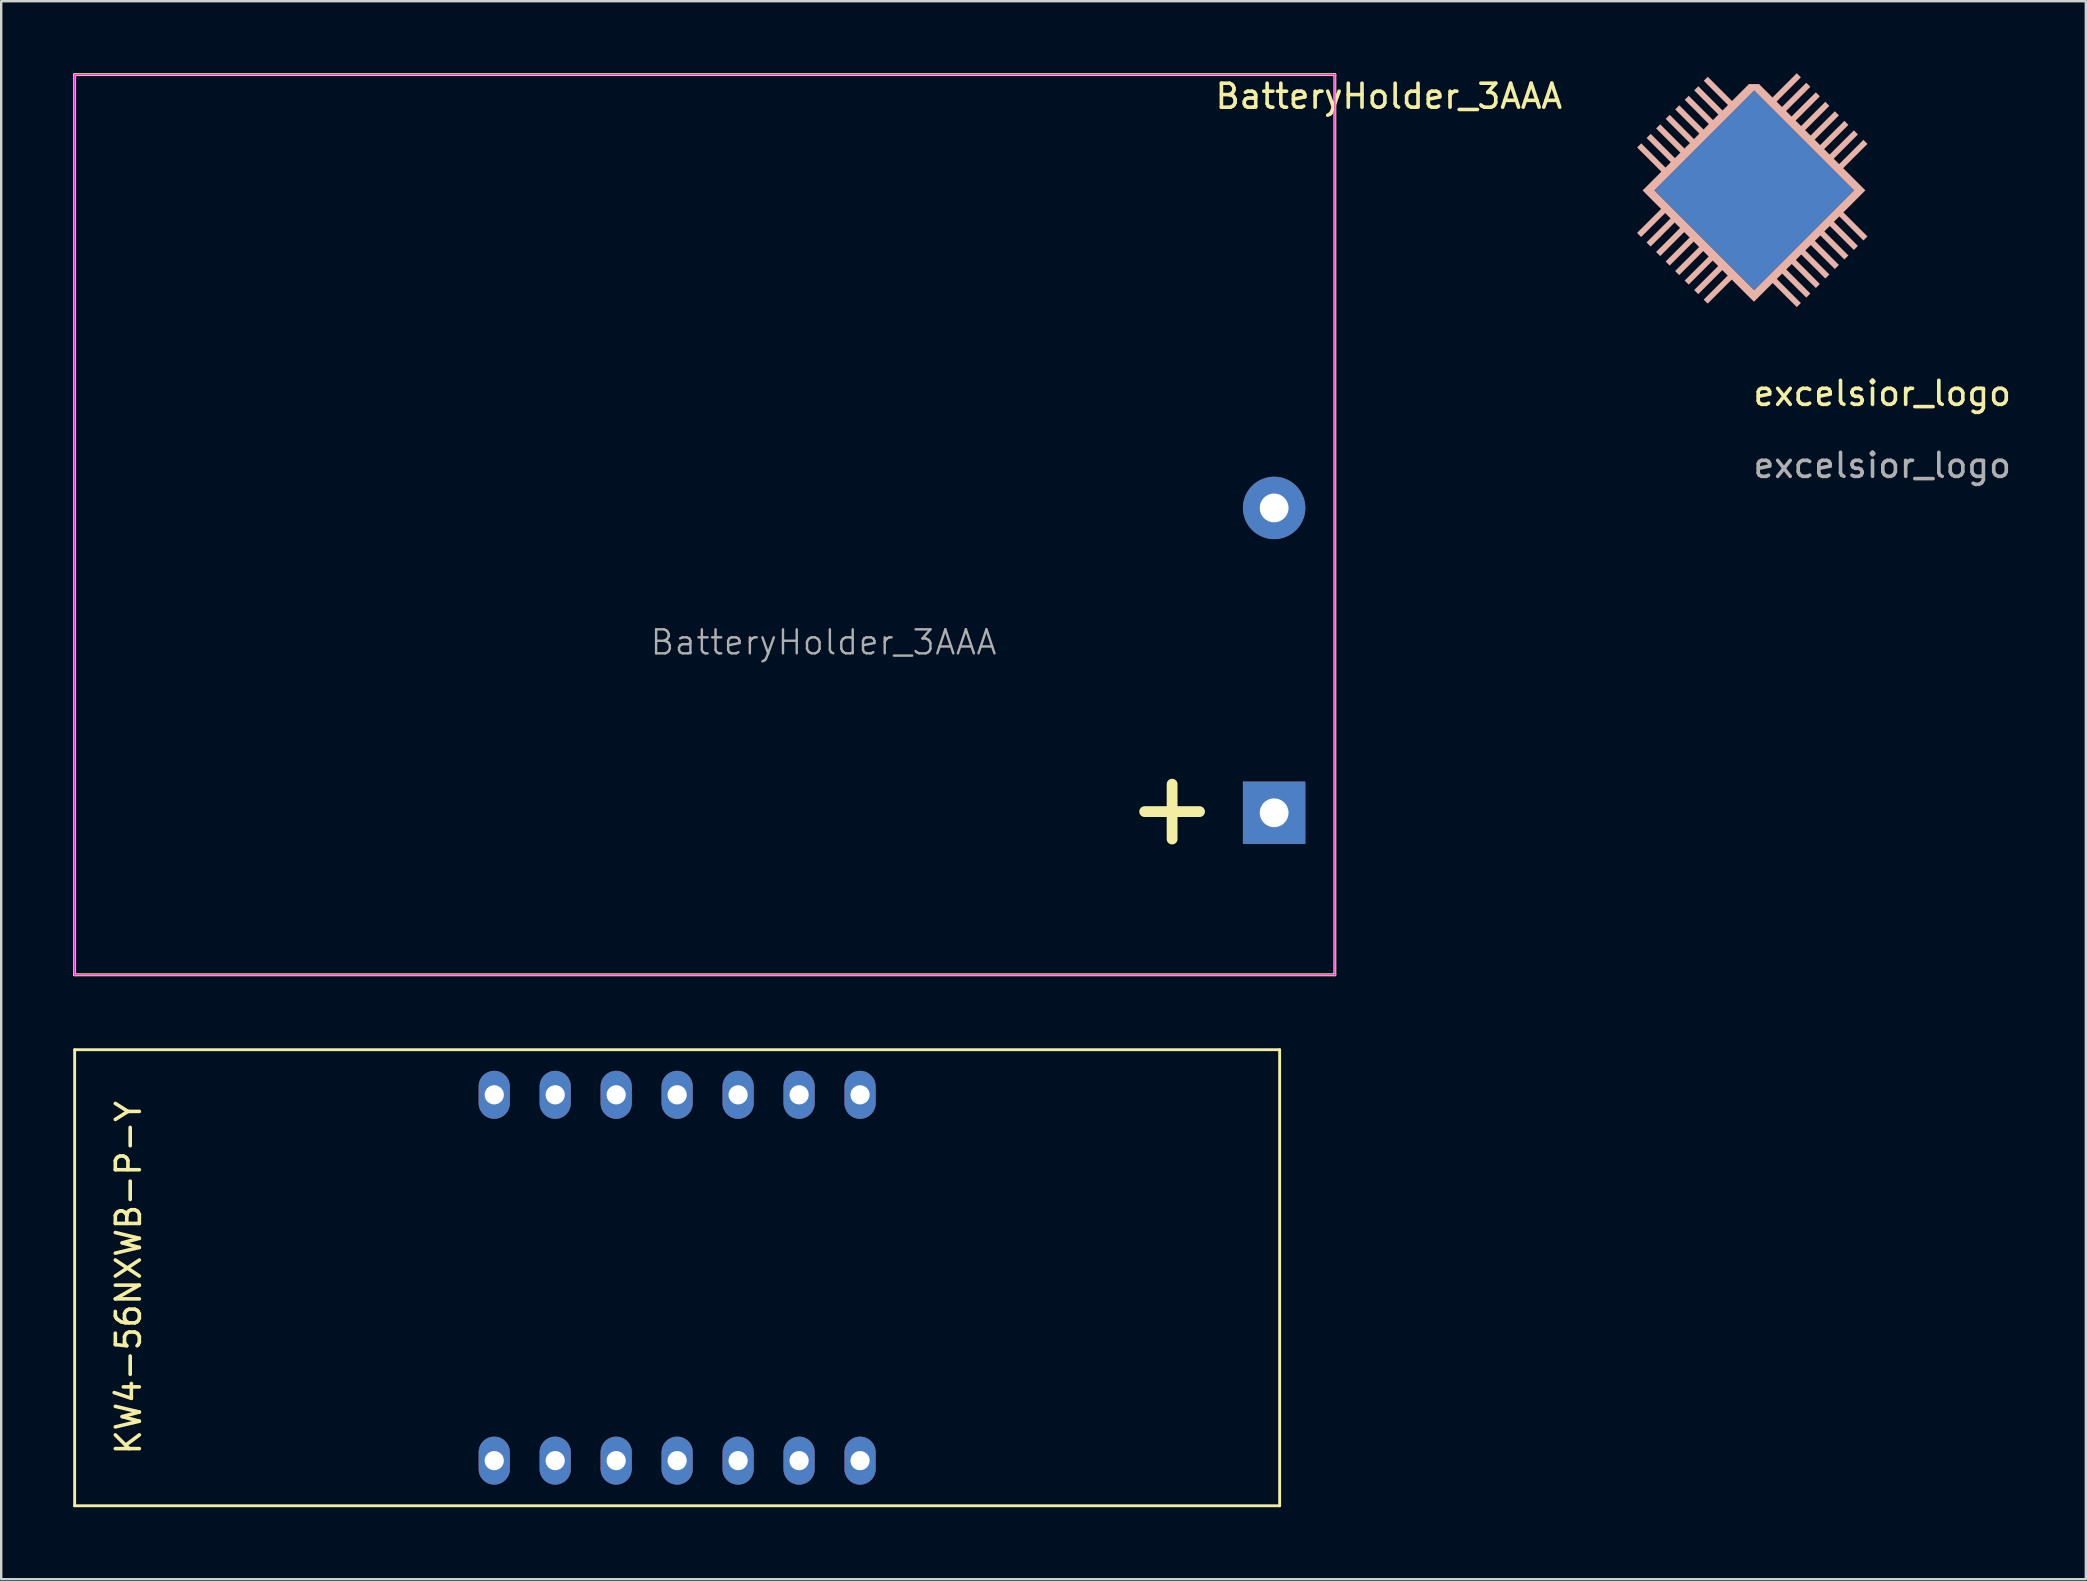
<source format=kicad_pcb>
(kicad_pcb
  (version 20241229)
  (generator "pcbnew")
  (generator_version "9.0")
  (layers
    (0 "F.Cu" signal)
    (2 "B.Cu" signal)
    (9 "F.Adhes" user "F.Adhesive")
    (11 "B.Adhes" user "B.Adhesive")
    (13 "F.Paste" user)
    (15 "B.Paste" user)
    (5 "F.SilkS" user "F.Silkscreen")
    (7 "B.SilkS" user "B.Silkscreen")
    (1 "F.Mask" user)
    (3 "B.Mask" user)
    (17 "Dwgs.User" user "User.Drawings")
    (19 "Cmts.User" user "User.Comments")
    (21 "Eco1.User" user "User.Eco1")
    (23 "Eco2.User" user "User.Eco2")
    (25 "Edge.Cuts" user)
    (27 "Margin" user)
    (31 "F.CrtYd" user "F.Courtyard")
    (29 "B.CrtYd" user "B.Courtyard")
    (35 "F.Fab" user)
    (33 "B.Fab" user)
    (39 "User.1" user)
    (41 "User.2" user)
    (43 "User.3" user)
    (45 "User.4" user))
  (footprint "excelsior_logo"
    (layer "F.Cu")
    (at 75.364 13.839)
    (property "Reference" "excelsior_logo" (at 0 -0.5 0) (unlocked yes) (layer "F.SilkS") (effects (font (size 1 1) (thickness 0.15))))
    (attr smd)
    (fp_poly (pts (xy -1.173 -8.958) (xy -5.334 -4.797) (xy -9.495 -8.958) (xy -5.334 -13.119)) (stroke (width 0.001) (type solid)) (fill yes) (layer "B.Cu"))
    (fp_poly (pts (xy -7.631 -9.861) (xy -7.118 -9.348) (xy -6.606 -8.836) (xy -6.11 -9.331) (xy -6.547 -9.769) (xy -6.984 -10.206) (xy -6.597 -10.592) (xy -6.16 -10.155) (xy -5.723 -9.718) (xy -5.467 -9.974) (xy -5.21 -10.231) (xy -5.723 -10.744) (xy -6.236 -11.256) (xy -6.033 -11.459) (xy -5.829 -11.662) (xy -5.105 -10.938) (xy -4.381 -10.214) (xy -5.485 -9.11) (xy -6.589 -8.006) (xy -8.037 -9.455)) (stroke (width 0) (type solid)) (fill yes) (layer "B.Mask"))
    (fp_poly (pts (xy -5.836 -8.064) (xy -5.323 -7.552) (xy -4.81 -7.039) (xy -4.314 -7.535) (xy -4.751 -7.972) (xy -5.188 -8.409) (xy -4.802 -8.795) (xy -4.365 -8.358) (xy -3.928 -7.921) (xy -3.671 -8.178) (xy -3.415 -8.434) (xy -3.928 -8.947) (xy -4.44 -9.46) (xy -4.237 -9.663) (xy -4.034 -9.866) (xy -3.31 -9.141) (xy -2.586 -8.417) (xy -3.689 -7.313) (xy -4.793 -6.21) (xy -6.242 -7.658)) (stroke (width 0) (type solid)) (fill yes) (layer "B.Mask"))
    (fp_poly (pts (xy -3.39 -13.668) (xy -3.895 -13.162) (xy -4.401 -12.657) (xy -4.177 -12.433) (xy -3.674 -12.935) (xy -3.611 -12.998) (xy -3.551 -13.058) (xy -3.493 -13.116) (xy -3.439 -13.17) (xy -3.388 -13.221) (xy -3.341 -13.267) (xy -3.298 -13.309) (xy -3.261 -13.346) (xy -3.229 -13.378) (xy -3.203 -13.403) (xy -3.183 -13.422) (xy -3.171 -13.434) (xy -3.166 -13.438) (xy -3.166 -13.438) (xy -3.16 -13.435) (xy -3.148 -13.424) (xy -3.131 -13.408) (xy -3.109 -13.387) (xy -3.085 -13.363) (xy -3.077 -13.356) (xy -2.995 -13.273) (xy -3.5 -12.767) (xy -4.006 -12.262) (xy -3.893 -12.148) (xy -3.779 -12.035) (xy -3.276 -12.538) (xy -3.214 -12.6) (xy -3.153 -12.66) (xy -3.096 -12.718) (xy -3.041 -12.772) (xy -2.99 -12.823) (xy -2.943 -12.869) (xy -2.9 -12.911) (xy -2.863 -12.948) (xy -2.831 -12.98) (xy -2.805 -13.005) (xy -2.786 -13.024) (xy -2.773 -13.036) (xy -2.768 -13.04) (xy -2.768 -13.04) (xy -2.762 -13.037) (xy -2.75 -13.026) (xy -2.733 -13.011) (xy -2.713 -12.991) (xy -2.691 -12.97) (xy -2.669 -12.947) (xy -2.648 -12.926) (xy -2.629 -12.906) (xy -2.614 -12.89) (xy -2.605 -12.879) (xy -2.602 -12.875) (xy -2.606 -12.871) (xy -2.618 -12.859) (xy -2.636 -12.84) (xy -2.661 -12.814) (xy -2.692 -12.783) (xy -2.728 -12.746) (xy -2.77 -12.704) (xy -2.816 -12.657) (xy -2.866 -12.606) (xy -2.92 -12.552) (xy -2.978 -12.494) (xy -3.038 -12.434) (xy -3.1 -12.372) (xy -3.105 -12.367) (xy -3.608 -11.864) (xy -3.495 -11.751) (xy -3.382 -11.638) (xy -2.371 -12.649) (xy -2.286 -12.565) (xy -2.202 -12.48) (xy -2.707 -11.974) (xy -3.213 -11.469) (xy -3.1 -11.355) (xy -2.986 -11.242) (xy -1.975 -12.253) (xy -1.804 -12.082) (xy -2.31 -11.577) (xy -2.815 -11.071) (xy -2.588 -10.844) (xy -2.083 -11.35) (xy -1.577 -11.855) (xy -1.493 -11.771) (xy -1.409 -11.687) (xy -1.915 -11.182) (xy -2.42 -10.676) (xy -2.193 -10.449) (xy -1.69 -10.952) (xy -1.628 -11.014) (xy -1.568 -11.075) (xy -1.51 -11.132) (xy -1.455 -11.186) (xy -1.404 -11.237) (xy -1.357 -11.284) (xy -1.315 -11.326) (xy -1.277 -11.363) (xy -1.245 -11.394) (xy -1.219 -11.419) (xy -1.2 -11.438) (xy -1.187 -11.45) (xy -1.182 -11.455) (xy -1.182 -11.455) (xy -1.176 -11.451) (xy -1.164 -11.44) (xy -1.148 -11.425) (xy -1.128 -11.405) (xy -1.106 -11.384) (xy -1.083 -11.361) (xy -1.062 -11.34) (xy -1.043 -11.32) (xy -1.028 -11.304) (xy -1.019 -11.293) (xy -1.017 -11.289) (xy -1.021 -11.285) (xy -1.032 -11.273) (xy -1.05 -11.254) (xy -1.075 -11.228) (xy -1.106 -11.197) (xy -1.142 -11.16) (xy -1.184 -11.118) (xy -1.23 -11.071) (xy -1.281 -11.021) (xy -1.335 -10.966) (xy -1.392 -10.909) (xy -1.452 -10.849) (xy -1.514 -10.786) (xy -1.52 -10.781) (xy -2.022 -10.278) (xy -1.909 -10.165) (xy -1.796 -10.051) (xy -1.29 -10.557) (xy -0.784 -11.063) (xy -0.7 -10.978) (xy -0.616 -10.894) (xy -1.122 -10.389) (xy -1.627 -9.883) (xy -1.165 -9.421) (xy -0.703 -8.958) (xy -1.619 -8.042) (xy -1.118 -7.541) (xy -0.616 -7.039) (xy -0.7 -6.955) (xy -0.784 -6.871) (xy -1.286 -7.373) (xy -1.787 -7.874) (xy -1.901 -7.761) (xy -2.014 -7.647) (xy -1.515 -7.149) (xy -1.453 -7.086) (xy -1.393 -7.026) (xy -1.336 -6.969) (xy -1.282 -6.914) (xy -1.231 -6.864) (xy -1.185 -6.817) (xy -1.143 -6.775) (xy -1.107 -6.738) (xy -1.076 -6.706) (xy -1.051 -6.68) (xy -1.032 -6.661) (xy -1.021 -6.649) (xy -1.017 -6.644) (xy -1.017 -6.644) (xy -1.02 -6.639) (xy -1.031 -6.627) (xy -1.047 -6.61) (xy -1.066 -6.59) (xy -1.088 -6.568) (xy -1.11 -6.546) (xy -1.132 -6.524) (xy -1.151 -6.506) (xy -1.167 -6.491) (xy -1.178 -6.482) (xy -1.182 -6.479) (xy -1.187 -6.483) (xy -1.199 -6.494) (xy -1.218 -6.513) (xy -1.243 -6.537) (xy -1.274 -6.568) (xy -1.311 -6.605) (xy -1.353 -6.646) (xy -1.4 -6.692) (xy -1.451 -6.743) (xy -1.505 -6.797) (xy -1.562 -6.854) (xy -1.622 -6.914) (xy -1.685 -6.976) (xy -1.686 -6.978) (xy -2.185 -7.476) (xy -2.298 -7.363) (xy -2.412 -7.249) (xy -1.91 -6.748) (xy -1.409 -6.246) (xy -1.493 -6.162) (xy -1.577 -6.078) (xy -2.58 -7.081) (xy -2.693 -6.968) (xy -2.807 -6.854) (xy -2.305 -6.353) (xy -1.804 -5.851) (xy -1.889 -5.766) (xy -1.975 -5.681) (xy -2.476 -6.182) (xy -2.978 -6.683) (xy -3.205 -6.457) (xy -2.703 -5.955) (xy -2.202 -5.454) (xy -2.286 -5.369) (xy -2.37 -5.285) (xy -2.871 -5.787) (xy -3.373 -6.288) (xy -3.486 -6.175) (xy -3.6 -6.062) (xy -3.101 -5.563) (xy -3.039 -5.501) (xy -2.979 -5.44) (xy -2.922 -5.383) (xy -2.868 -5.329) (xy -2.817 -5.278) (xy -2.771 -5.231) (xy -2.729 -5.189) (xy -2.693 -5.152) (xy -2.662 -5.12) (xy -2.637 -5.095) (xy -2.618 -5.075) (xy -2.607 -5.063) (xy -2.602 -5.058) (xy -2.602 -5.058) (xy -2.606 -5.053) (xy -2.617 -5.041) (xy -2.632 -5.024) (xy -2.652 -5.004) (xy -2.673 -4.982) (xy -2.696 -4.96) (xy -2.717 -4.939) (xy -2.737 -4.92) (xy -2.753 -4.905) (xy -2.764 -4.896) (xy -2.768 -4.893) (xy -2.772 -4.897) (xy -2.784 -4.908) (xy -2.803 -4.927) (xy -2.829 -4.952) (xy -2.86 -4.983) (xy -2.897 -5.019) (xy -2.939 -5.061) (xy -2.986 -5.107) (xy -3.036 -5.157) (xy -3.091 -5.211) (xy -3.148 -5.268) (xy -3.208 -5.328) (xy -3.27 -5.39) (xy -3.272 -5.392) (xy -3.771 -5.891) (xy -3.884 -5.777) (xy -3.998 -5.664) (xy -3.496 -5.162) (xy -2.995 -4.661) (xy -3.077 -4.578) (xy -3.102 -4.553) (xy -3.125 -4.532) (xy -3.144 -4.514) (xy -3.157 -4.502) (xy -3.165 -4.496) (xy -3.166 -4.495) (xy -3.17 -4.499) (xy -3.182 -4.511) (xy -3.201 -4.529) (xy -3.227 -4.554) (xy -3.258 -4.585) (xy -3.295 -4.621) (xy -3.337 -4.663) (xy -3.384 -4.709) (xy -3.434 -4.759) (xy -3.489 -4.813) (xy -3.546 -4.87) (xy -3.606 -4.93) (xy -3.668 -4.992) (xy -3.67 -4.994) (xy -4.169 -5.493) (xy -4.393 -5.269) (xy -3.891 -4.767) (xy -3.39 -4.266) (xy -3.474 -4.182) (xy -3.499 -4.157) (xy -3.521 -4.135) (xy -3.539 -4.117) (xy -3.553 -4.104) (xy -3.56 -4.098) (xy -3.561 -4.098) (xy -3.565 -4.101) (xy -3.576 -4.113) (xy -3.595 -4.131) (xy -3.62 -4.156) (xy -3.651 -4.187) (xy -3.688 -4.223) (xy -3.73 -4.265) (xy -3.776 -4.311) (xy -3.827 -4.361) (xy -3.881 -4.415) (xy -3.938 -4.472) (xy -3.998 -4.532) (xy -4.06 -4.595) (xy -4.063 -4.598) (xy -4.564 -5.098) (xy -4.952 -4.71) (xy -5.006 -4.655) (xy -5.059 -4.602) (xy -5.109 -4.553) (xy -5.156 -4.507) (xy -5.198 -4.464) (xy -5.237 -4.426) (xy -5.27 -4.394) (xy -5.298 -4.366) (xy -5.32 -4.345) (xy -5.336 -4.33) (xy -5.344 -4.323) (xy -5.345 -4.322) (xy -5.35 -4.326) (xy -5.362 -4.337) (xy -5.381 -4.355) (xy -5.406 -4.38) (xy -5.437 -4.411) (xy -5.474 -4.447) (xy -5.516 -4.488) (xy -5.562 -4.533) (xy -5.612 -4.583) (xy -5.665 -4.636) (xy -5.721 -4.692) (xy -5.78 -4.751) (xy -5.81 -4.781) (xy -6.27 -5.241) (xy -6.77 -4.741) (xy -7.27 -4.241) (xy -7.354 -4.324) (xy -7.438 -4.408) (xy -6.938 -4.909) (xy -6.438 -5.409) (xy -6.551 -5.522) (xy -6.665 -5.636) (xy -7.165 -5.136) (xy -7.665 -4.635) (xy -7.751 -4.721) (xy -7.836 -4.806) (xy -7.336 -5.306) (xy -6.836 -5.807) (xy -6.949 -5.92) (xy -7.063 -6.033) (xy -7.563 -5.533) (xy -8.063 -5.033) (xy -8.147 -5.117) (xy -8.231 -5.201) (xy -7.731 -5.702) (xy -7.231 -6.202) (xy -7.344 -6.315) (xy -7.458 -6.429) (xy -7.958 -5.928) (xy -8.458 -5.428) (xy -8.629 -5.599) (xy -7.629 -6.599) (xy -7.856 -6.826) (xy -8.856 -5.826) (xy -8.94 -5.911) (xy -9.024 -5.995) (xy -8.524 -6.495) (xy -8.024 -6.995) (xy -8.138 -7.108) (xy -8.251 -7.221) (xy -9.251 -6.221) (xy -9.336 -6.307) (xy -9.422 -6.392) (xy -8.922 -6.892) (xy -8.422 -7.392) (xy -8.535 -7.506) (xy -8.648 -7.619) (xy -9.149 -7.119) (xy -9.649 -6.619) (xy -9.734 -6.704) (xy -9.82 -6.79) (xy -9.319 -7.29) (xy -8.819 -7.79) (xy -8.931 -7.902) (xy -9.043 -8.014) (xy -9.544 -7.514) (xy -10.044 -7.014) (xy -10.215 -7.185) (xy -9.214 -8.185) (xy -9.6 -8.57) (xy -9.985 -8.956) (xy -9.982 -8.958) (xy -9.495 -8.958) (xy -5.334 -4.798) (xy -3.254 -6.878) (xy -1.174 -8.958) (xy -5.334 -13.119) (xy -7.414 -11.039) (xy -9.495 -8.958) (xy -9.982 -8.958) (xy -9.594 -9.346) (xy -9.203 -9.737) (xy -9.707 -10.242) (xy -10.212 -10.746) (xy -10.126 -10.831) (xy -10.041 -10.917) (xy -9.537 -10.413) (xy -9.032 -9.908) (xy -8.92 -10.02) (xy -8.892 -10.049) (xy -8.866 -10.075) (xy -8.844 -10.098) (xy -8.827 -10.116) (xy -8.816 -10.129) (xy -8.811 -10.134) (xy -8.811 -10.135) (xy -8.815 -10.139) (xy -8.827 -10.151) (xy -8.846 -10.169) (xy -8.871 -10.194) (xy -8.902 -10.226) (xy -8.939 -10.262) (xy -8.98 -10.304) (xy -9.027 -10.351) (xy -9.077 -10.401) (xy -9.131 -10.455) (xy -9.189 -10.513) (xy -9.249 -10.573) (xy -9.311 -10.635) (xy -9.315 -10.639) (xy -9.817 -11.141) (xy -9.731 -11.226) (xy -9.646 -11.312) (xy -9.142 -10.808) (xy -8.637 -10.303) (xy -8.524 -10.417) (xy -8.41 -10.53) (xy -8.915 -11.034) (xy -9.419 -11.539) (xy -9.333 -11.624) (xy -9.248 -11.71) (xy -8.744 -11.205) (xy -8.239 -10.701) (xy -8.126 -10.815) (xy -8.012 -10.928) (xy -8.517 -11.432) (xy -9.021 -11.937) (xy -8.937 -12.021) (xy -8.853 -12.105) (xy -7.844 -11.096) (xy -7.731 -11.21) (xy -7.617 -11.323) (xy -8.626 -12.332) (xy -8.541 -12.417) (xy -8.455 -12.503) (xy -7.951 -11.998) (xy -7.446 -11.494) (xy -7.336 -11.605) (xy -7.307 -11.634) (xy -7.281 -11.66) (xy -7.259 -11.683) (xy -7.242 -11.702) (xy -7.23 -11.715) (xy -7.225 -11.721) (xy -7.225 -11.721) (xy -7.229 -11.726) (xy -7.24 -11.738) (xy -7.259 -11.757) (xy -7.284 -11.782) (xy -7.314 -11.813) (xy -7.351 -11.85) (xy -7.393 -11.892) (xy -7.439 -11.939) (xy -7.489 -11.99) (xy -7.543 -12.044) (xy -7.6 -12.102) (xy -7.66 -12.162) (xy -7.723 -12.224) (xy -7.727 -12.228) (xy -8.228 -12.73) (xy -8.144 -12.814) (xy -8.06 -12.898) (xy -7.556 -12.393) (xy -7.051 -11.889) (xy -6.825 -12.116) (xy -7.329 -12.62) (xy -7.833 -13.125) (xy -7.748 -13.21) (xy -7.662 -13.295) (xy -7.158 -12.791) (xy -6.654 -12.287) (xy -6.54 -12.4) (xy -6.427 -12.514) (xy -6.931 -13.018) (xy -7.435 -13.522) (xy -7.351 -13.606) (xy -7.267 -13.691) (xy -6.763 -13.186) (xy -6.259 -12.682) (xy -5.906 -13.035) (xy -5.553 -13.388) (xy -5.132 -13.388) (xy -4.852 -13.108) (xy -4.572 -12.828) (xy -3.561 -13.839)) (stroke (width 0) (type solid)) (fill yes) (layer "B.SilkS"))
    (fp_text user "${REFERENCE}" (at 0 2.5 0) (unlocked yes) (layer "F.Fab") (effects (font (size 1 1) (thickness 0.15)))))
  (footprint "KW4-56NXWB-P-Y"
    (layer "F.Cu")
    (at 25.16 50.18)
    (property "Reference" "KW4-56NXWB-P-Y" (at -22.86 0 90) (layer "F.SilkS") (effects (font (size 1 1) (thickness 0.15))))
    (fp_line (start -25.1 -9.5) (end -25.1 9.5) (stroke (width 0.12) (type solid)) (layer "F.SilkS"))
    (fp_line (start -25.1 9.5) (end 25.1 9.5) (stroke (width 0.12) (type solid)) (layer "F.SilkS"))
    (fp_line (start 25.1 -9.5) (end -25.1 -9.5) (stroke (width 0.12) (type solid)) (layer "F.SilkS"))
    (fp_line (start 25.1 9.5) (end 25.1 -9.5) (stroke (width 0.12) (type solid)) (layer "F.SilkS"))
    (pad "1" thru_hole oval (at -7.62 7.62) (size 1.3 2) (drill 0.8) (layers "*.Cu" "*.Mask"))
    (pad "2" thru_hole oval (at -5.08 7.62) (size 1.3 2) (drill 0.8) (layers "*.Cu" "*.Mask"))
    (pad "3" thru_hole oval (at -2.54 7.62) (size 1.3 2) (drill 0.8) (layers "*.Cu" "*.Mask"))
    (pad "4" thru_hole oval (at 0 7.62) (size 1.3 2) (drill 0.8) (layers "*.Cu" "*.Mask"))
    (pad "5" thru_hole oval (at 2.54 7.62) (size 1.3 2) (drill 0.8) (layers "*.Cu" "*.Mask"))
    (pad "6" thru_hole oval (at 5.08 7.62) (size 1.3 2) (drill 0.8) (layers "*.Cu" "*.Mask"))
    (pad "7" thru_hole oval (at 7.62 7.62) (size 1.3 2) (drill 0.8) (layers "*.Cu" "*.Mask"))
    (pad "8" thru_hole oval (at 7.62 -7.62) (size 1.3 2) (drill 0.8) (layers "*.Cu" "*.Mask"))
    (pad "9" thru_hole oval (at 5.08 -7.62) (size 1.3 2) (drill 0.8) (layers "*.Cu" "*.Mask"))
    (pad "10" thru_hole oval (at 2.54 -7.62) (size 1.3 2) (drill 0.8) (layers "*.Cu" "*.Mask"))
    (pad "11" thru_hole oval (at 0 -7.62) (size 1.3 2) (drill 0.8) (layers "*.Cu" "*.Mask"))
    (pad "12" thru_hole oval (at -2.54 -7.62) (size 1.3 2) (drill 0.8) (layers "*.Cu" "*.Mask"))
    (pad "13" thru_hole oval (at -5.08 -7.62) (size 1.3 2) (drill 0.8) (layers "*.Cu" "*.Mask"))
    (pad "14" thru_hole oval (at -7.62 -7.62) (size 1.3 2) (drill 0.8) (layers "*.Cu" "*.Mask")))
  (footprint "BatteryHolder_3AAA"
    (layer "F.Cu")
    (at 26.31 18.81)
    (property "Reference" "BatteryHolder_3AAA" (at 28.5 -17.85 0) (layer "F.SilkS") (effects (font (size 1 1) (thickness 0.15))))
    (attr through_hole)
    (fp_line (start -26.25 -18.75) (end -26.25 18.75) (stroke (width 0.12) (type solid)) (layer "F.SilkS"))
    (fp_line (start -26.25 -18.75) (end 26.25 -18.75) (stroke (width 0.12) (type solid)) (layer "F.SilkS"))
    (fp_line (start -26.25 18.75) (end 26.25 18.75) (stroke (width 0.12) (type solid)) (layer "F.SilkS"))
    (fp_line (start 26.25 -18.75) (end 26.25 18.75) (stroke (width 0.12) (type solid)) (layer "F.SilkS"))
    (fp_line (start -26.25 -18.75) (end -26.25 18.75) (stroke (width 0.05) (type solid)) (layer "F.CrtYd"))
    (fp_line (start -26.25 -18.75) (end 26.25 -18.75) (stroke (width 0.05) (type solid)) (layer "F.CrtYd"))
    (fp_line (start -26.25 18.75) (end 26.25 18.75) (stroke (width 0.05) (type solid)) (layer "F.CrtYd"))
    (fp_line (start 26.25 18.75) (end 26.25 -18.75) (stroke (width 0.05) (type solid)) (layer "F.CrtYd"))
    (fp_text user "+" (at 19.47 11.73 0) (layer "F.SilkS") (effects (font (size 3 3) (thickness 0.45))))
    (fp_text user "${REFERENCE}" (at 4.95 4.9 0) (layer "F.Fab") (effects (font (size 1 1) (thickness 0.1))))
    (pad "1" thru_hole rect (at 23.72 12) (size 2.6 2.6) (drill 1.2) (layers "*.Cu" "*.Mask"))
    (pad "2" thru_hole circle (at 23.72 -0.7) (size 2.6 2.6) (drill 1.2) (layers "*.Cu" "*.Mask")))
  (gr_rect
    (start -3 -3)
    (end 83.846 62.74)
    (stroke (width 0.1) (type default))
    (fill no)
    (layer "Edge.Cuts")))
</source>
